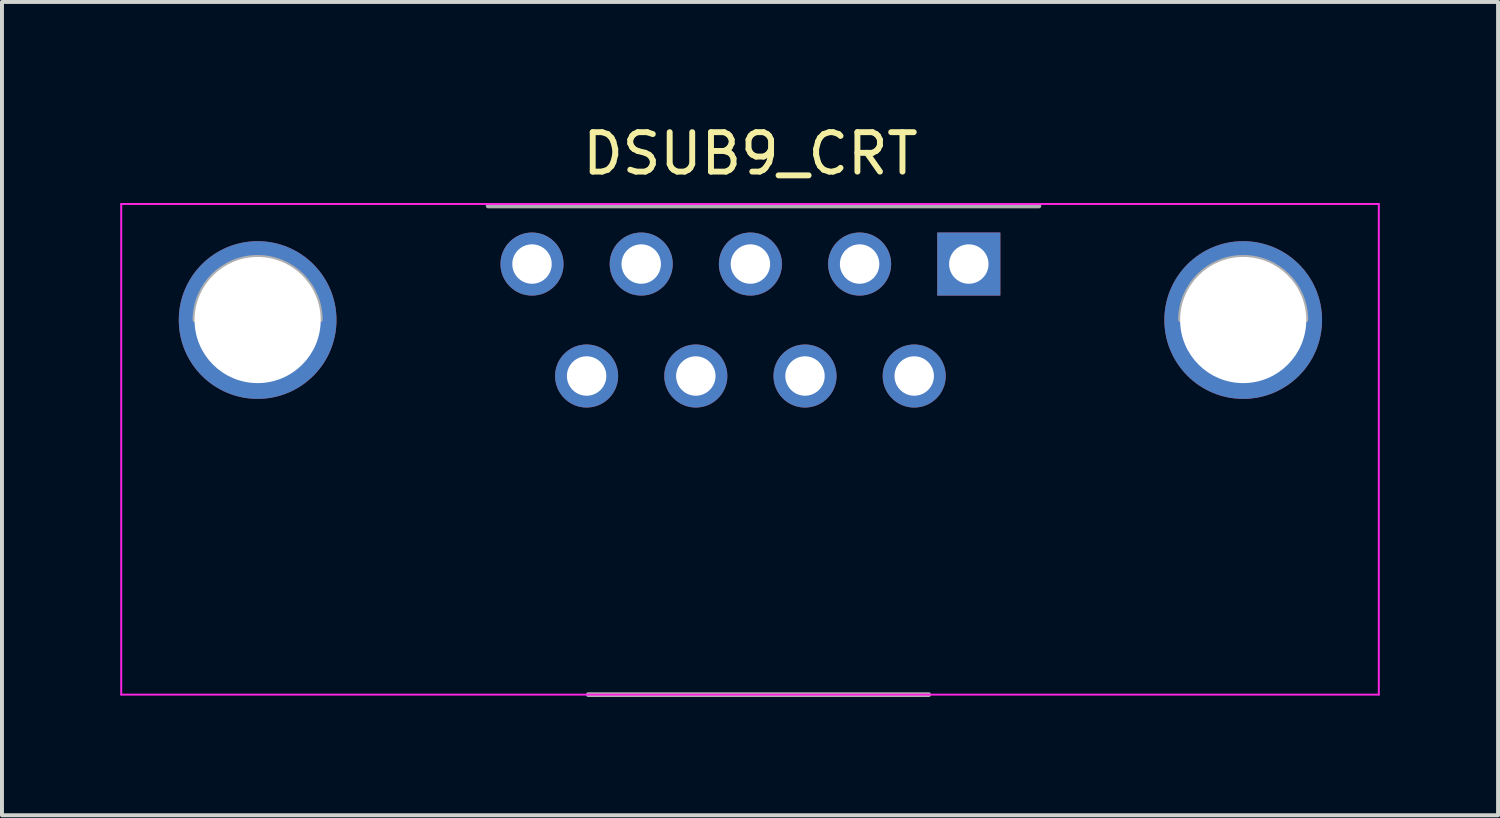
<source format=kicad_pcb>
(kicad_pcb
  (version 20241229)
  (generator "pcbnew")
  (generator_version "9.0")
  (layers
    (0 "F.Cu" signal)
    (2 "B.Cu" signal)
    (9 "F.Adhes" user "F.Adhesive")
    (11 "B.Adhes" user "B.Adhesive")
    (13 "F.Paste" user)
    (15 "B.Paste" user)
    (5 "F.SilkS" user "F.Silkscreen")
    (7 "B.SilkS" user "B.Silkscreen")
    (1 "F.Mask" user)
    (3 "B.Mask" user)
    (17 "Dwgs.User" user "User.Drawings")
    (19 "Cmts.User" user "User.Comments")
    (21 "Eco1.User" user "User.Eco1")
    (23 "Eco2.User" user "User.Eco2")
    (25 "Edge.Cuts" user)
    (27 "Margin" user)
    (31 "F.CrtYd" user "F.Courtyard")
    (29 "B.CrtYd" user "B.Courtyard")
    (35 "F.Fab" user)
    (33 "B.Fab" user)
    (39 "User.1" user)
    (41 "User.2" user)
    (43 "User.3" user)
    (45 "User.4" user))
  (footprint "DSUB9_CRT"
    (layer "F.Cu")
    (at 21.525 3.648)
    (property "Reference" "DSUB9_CRT" (at -5.54 -2.8 0) (layer "F.SilkS") (effects (font (size 1 1) (thickness 0.15))))
    (attr through_hole)
    (fp_line (start -21.5 -1.524) (end -21.5 10.922) (stroke (width 0.05) (type solid)) (layer "F.CrtYd"))
    (fp_line (start -21.5 10.922) (end 10.4 10.922) (stroke (width 0.05) (type solid)) (layer "F.CrtYd"))
    (fp_line (start 10.4 -1.524) (end -21.5 -1.524) (stroke (width 0.05) (type solid)) (layer "F.CrtYd"))
    (fp_line (start 10.4 10.922) (end 10.4 -1.524) (stroke (width 0.05) (type solid)) (layer "F.CrtYd"))
    (fp_line (start -12.192 -1.473) (end 1.778 -1.473) (stroke (width 0.12) (type solid)) (layer "F.Fab"))
    (fp_line (start -9.652 10.922) (end -1.016 10.922) (stroke (width 0.12) (type solid)) (layer "F.Fab"))
    (fp_arc (start -19.64 1.42) (mid -18.04 -0.18) (end -16.44 1.42) (stroke (width 0.1) (type solid)) (layer "F.Fab"))
    (fp_arc (start 5.36 1.42) (mid 6.96 -0.18) (end 8.56 1.42) (stroke (width 0.1) (type solid)) (layer "F.Fab"))
    (pad "" thru_hole circle (at 6.96 1.42) (size 4 4) (drill 3.2) (layers "*.Cu" "*.Mask"))
    (pad "0" thru_hole circle (at -18.04 1.42) (size 4 4) (drill 3.2) (layers "*.Cu" "*.Mask"))
    (pad "1" thru_hole rect (at 0 0) (size 1.6 1.6) (drill 1) (layers "*.Cu" "*.Mask"))
    (pad "2" thru_hole circle (at -2.77 0) (size 1.6 1.6) (drill 1) (layers "*.Cu" "*.Mask"))
    (pad "3" thru_hole circle (at -5.54 0) (size 1.6 1.6) (drill 1) (layers "*.Cu" "*.Mask"))
    (pad "4" thru_hole circle (at -8.31 0) (size 1.6 1.6) (drill 1) (layers "*.Cu" "*.Mask"))
    (pad "5" thru_hole circle (at -11.08 0) (size 1.6 1.6) (drill 1) (layers "*.Cu" "*.Mask"))
    (pad "6" thru_hole circle (at -1.385 2.84) (size 1.6 1.6) (drill 1) (layers "*.Cu" "*.Mask"))
    (pad "7" thru_hole circle (at -4.155 2.84) (size 1.6 1.6) (drill 1) (layers "*.Cu" "*.Mask"))
    (pad "8" thru_hole circle (at -6.925 2.84) (size 1.6 1.6) (drill 1) (layers "*.Cu" "*.Mask"))
    (pad "9" thru_hole circle (at -9.695 2.84) (size 1.6 1.6) (drill 1) (layers "*.Cu" "*.Mask")))
  (gr_rect
    (start -3 -3)
    (end 34.95 17.63)
    (stroke (width 0.1) (type default))
    (fill no)
    (layer "Edge.Cuts")))
</source>
